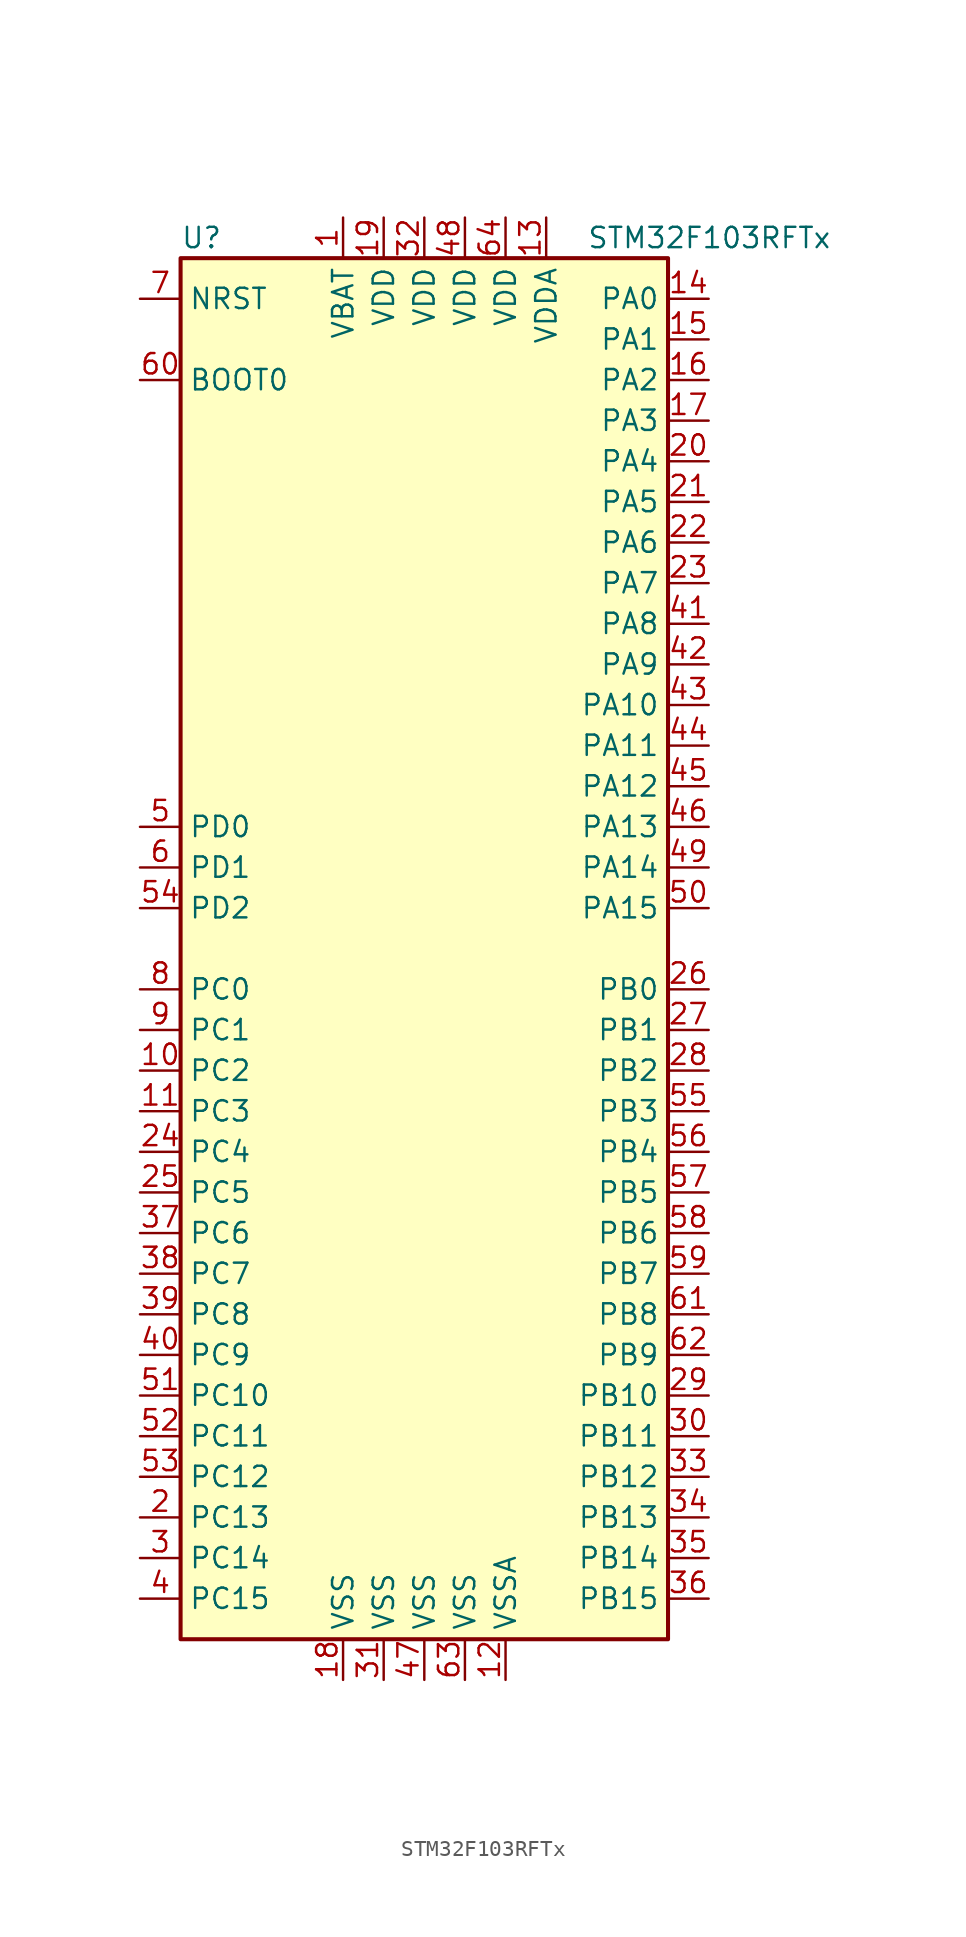
<source format=kicad_sym>
(kicad_symbol_lib
  (version 20201005)
  (generator kicad_symbol_editor)
  (symbol "STM32F103RFTx"
    (property "Reference" "U"
      (at -15.24 44.45 0)
      (effects (font (size 1.27 1.27)) (justify left)))
    (property "Value" "STM32F103RFTx"
      (at 10.16 44.45 0)
      (effects (font (size 1.27 1.27)) (justify left)))
    (symbol "STM32F103RFTx_0_1"
      (rectangle (start -15.24 -43.18) (end 15.24 43.18) (stroke (width 0.254)) (fill (type background))))
    (symbol "STM32F103RFTx_1_1"
      (pin power_in line (at -5.08 45.72 270) (length 2.54) (name "VBAT" (effects (font (size 1.27 1.27)))) (number "1" (effects (font (size 1.27 1.27)))))
      (pin bidirectional line (at -17.78 -7.62 0) (length 2.54) (name "PC2" (effects (font (size 1.27 1.27)))) (number "10" (effects (font (size 1.27 1.27)))))
      (pin bidirectional line (at -17.78 -10.16 0) (length 2.54) (name "PC3" (effects (font (size 1.27 1.27)))) (number "11" (effects (font (size 1.27 1.27)))))
      (pin power_in line (at 5.08 -45.72 90) (length 2.54) (name "VSSA" (effects (font (size 1.27 1.27)))) (number "12" (effects (font (size 1.27 1.27)))))
      (pin power_in line (at 7.62 45.72 270) (length 2.54) (name "VDDA" (effects (font (size 1.27 1.27)))) (number "13" (effects (font (size 1.27 1.27)))))
      (pin bidirectional line (at 17.78 40.64 180) (length 2.54) (name "PA0" (effects (font (size 1.27 1.27)))) (number "14" (effects (font (size 1.27 1.27)))))
      (pin bidirectional line (at 17.78 38.1 180) (length 2.54) (name "PA1" (effects (font (size 1.27 1.27)))) (number "15" (effects (font (size 1.27 1.27)))))
      (pin bidirectional line (at 17.78 35.56 180) (length 2.54) (name "PA2" (effects (font (size 1.27 1.27)))) (number "16" (effects (font (size 1.27 1.27)))))
      (pin bidirectional line (at 17.78 33.02 180) (length 2.54) (name "PA3" (effects (font (size 1.27 1.27)))) (number "17" (effects (font (size 1.27 1.27)))))
      (pin power_in line (at -5.08 -45.72 90) (length 2.54) (name "VSS" (effects (font (size 1.27 1.27)))) (number "18" (effects (font (size 1.27 1.27)))))
      (pin power_in line (at -2.54 45.72 270) (length 2.54) (name "VDD" (effects (font (size 1.27 1.27)))) (number "19" (effects (font (size 1.27 1.27)))))
      (pin bidirectional line (at -17.78 -35.56 0) (length 2.54) (name "PC13" (effects (font (size 1.27 1.27)))) (number "2" (effects (font (size 1.27 1.27)))))
      (pin bidirectional line (at 17.78 30.48 180) (length 2.54) (name "PA4" (effects (font (size 1.27 1.27)))) (number "20" (effects (font (size 1.27 1.27)))))
      (pin bidirectional line (at 17.78 27.94 180) (length 2.54) (name "PA5" (effects (font (size 1.27 1.27)))) (number "21" (effects (font (size 1.27 1.27)))))
      (pin bidirectional line (at 17.78 25.4 180) (length 2.54) (name "PA6" (effects (font (size 1.27 1.27)))) (number "22" (effects (font (size 1.27 1.27)))))
      (pin bidirectional line (at 17.78 22.86 180) (length 2.54) (name "PA7" (effects (font (size 1.27 1.27)))) (number "23" (effects (font (size 1.27 1.27)))))
      (pin bidirectional line (at -17.78 -12.7 0) (length 2.54) (name "PC4" (effects (font (size 1.27 1.27)))) (number "24" (effects (font (size 1.27 1.27)))))
      (pin bidirectional line (at -17.78 -15.24 0) (length 2.54) (name "PC5" (effects (font (size 1.27 1.27)))) (number "25" (effects (font (size 1.27 1.27)))))
      (pin bidirectional line (at 17.78 -2.54 180) (length 2.54) (name "PB0" (effects (font (size 1.27 1.27)))) (number "26" (effects (font (size 1.27 1.27)))))
      (pin bidirectional line (at 17.78 -5.08 180) (length 2.54) (name "PB1" (effects (font (size 1.27 1.27)))) (number "27" (effects (font (size 1.27 1.27)))))
      (pin bidirectional line (at 17.78 -7.62 180) (length 2.54) (name "PB2" (effects (font (size 1.27 1.27)))) (number "28" (effects (font (size 1.27 1.27)))))
      (pin bidirectional line (at 17.78 -27.94 180) (length 2.54) (name "PB10" (effects (font (size 1.27 1.27)))) (number "29" (effects (font (size 1.27 1.27)))))
      (pin bidirectional line (at -17.78 -38.1 0) (length 2.54) (name "PC14" (effects (font (size 1.27 1.27)))) (number "3" (effects (font (size 1.27 1.27)))))
      (pin bidirectional line (at 17.78 -30.48 180) (length 2.54) (name "PB11" (effects (font (size 1.27 1.27)))) (number "30" (effects (font (size 1.27 1.27)))))
      (pin power_in line (at -2.54 -45.72 90) (length 2.54) (name "VSS" (effects (font (size 1.27 1.27)))) (number "31" (effects (font (size 1.27 1.27)))))
      (pin power_in line (at 0 45.72 270) (length 2.54) (name "VDD" (effects (font (size 1.27 1.27)))) (number "32" (effects (font (size 1.27 1.27)))))
      (pin bidirectional line (at 17.78 -33.02 180) (length 2.54) (name "PB12" (effects (font (size 1.27 1.27)))) (number "33" (effects (font (size 1.27 1.27)))))
      (pin bidirectional line (at 17.78 -35.56 180) (length 2.54) (name "PB13" (effects (font (size 1.27 1.27)))) (number "34" (effects (font (size 1.27 1.27)))))
      (pin bidirectional line (at 17.78 -38.1 180) (length 2.54) (name "PB14" (effects (font (size 1.27 1.27)))) (number "35" (effects (font (size 1.27 1.27)))))
      (pin bidirectional line (at 17.78 -40.64 180) (length 2.54) (name "PB15" (effects (font (size 1.27 1.27)))) (number "36" (effects (font (size 1.27 1.27)))))
      (pin bidirectional line (at -17.78 -17.78 0) (length 2.54) (name "PC6" (effects (font (size 1.27 1.27)))) (number "37" (effects (font (size 1.27 1.27)))))
      (pin bidirectional line (at -17.78 -20.32 0) (length 2.54) (name "PC7" (effects (font (size 1.27 1.27)))) (number "38" (effects (font (size 1.27 1.27)))))
      (pin bidirectional line (at -17.78 -22.86 0) (length 2.54) (name "PC8" (effects (font (size 1.27 1.27)))) (number "39" (effects (font (size 1.27 1.27)))))
      (pin bidirectional line (at -17.78 -40.64 0) (length 2.54) (name "PC15" (effects (font (size 1.27 1.27)))) (number "4" (effects (font (size 1.27 1.27)))))
      (pin bidirectional line (at -17.78 -25.4 0) (length 2.54) (name "PC9" (effects (font (size 1.27 1.27)))) (number "40" (effects (font (size 1.27 1.27)))))
      (pin bidirectional line (at 17.78 20.32 180) (length 2.54) (name "PA8" (effects (font (size 1.27 1.27)))) (number "41" (effects (font (size 1.27 1.27)))))
      (pin bidirectional line (at 17.78 17.78 180) (length 2.54) (name "PA9" (effects (font (size 1.27 1.27)))) (number "42" (effects (font (size 1.27 1.27)))))
      (pin bidirectional line (at 17.78 15.24 180) (length 2.54) (name "PA10" (effects (font (size 1.27 1.27)))) (number "43" (effects (font (size 1.27 1.27)))))
      (pin bidirectional line (at 17.78 12.7 180) (length 2.54) (name "PA11" (effects (font (size 1.27 1.27)))) (number "44" (effects (font (size 1.27 1.27)))))
      (pin bidirectional line (at 17.78 10.16 180) (length 2.54) (name "PA12" (effects (font (size 1.27 1.27)))) (number "45" (effects (font (size 1.27 1.27)))))
      (pin bidirectional line (at 17.78 7.62 180) (length 2.54) (name "PA13" (effects (font (size 1.27 1.27)))) (number "46" (effects (font (size 1.27 1.27)))))
      (pin power_in line (at 0 -45.72 90) (length 2.54) (name "VSS" (effects (font (size 1.27 1.27)))) (number "47" (effects (font (size 1.27 1.27)))))
      (pin power_in line (at 2.54 45.72 270) (length 2.54) (name "VDD" (effects (font (size 1.27 1.27)))) (number "48" (effects (font (size 1.27 1.27)))))
      (pin bidirectional line (at 17.78 5.08 180) (length 2.54) (name "PA14" (effects (font (size 1.27 1.27)))) (number "49" (effects (font (size 1.27 1.27)))))
      (pin input line (at -17.78 7.62 0) (length 2.54) (name "PD0" (effects (font (size 1.27 1.27)))) (number "5" (effects (font (size 1.27 1.27)))))
      (pin bidirectional line (at 17.78 2.54 180) (length 2.54) (name "PA15" (effects (font (size 1.27 1.27)))) (number "50" (effects (font (size 1.27 1.27)))))
      (pin bidirectional line (at -17.78 -27.94 0) (length 2.54) (name "PC10" (effects (font (size 1.27 1.27)))) (number "51" (effects (font (size 1.27 1.27)))))
      (pin bidirectional line (at -17.78 -30.48 0) (length 2.54) (name "PC11" (effects (font (size 1.27 1.27)))) (number "52" (effects (font (size 1.27 1.27)))))
      (pin bidirectional line (at -17.78 -33.02 0) (length 2.54) (name "PC12" (effects (font (size 1.27 1.27)))) (number "53" (effects (font (size 1.27 1.27)))))
      (pin bidirectional line (at -17.78 2.54 0) (length 2.54) (name "PD2" (effects (font (size 1.27 1.27)))) (number "54" (effects (font (size 1.27 1.27)))))
      (pin bidirectional line (at 17.78 -10.16 180) (length 2.54) (name "PB3" (effects (font (size 1.27 1.27)))) (number "55" (effects (font (size 1.27 1.27)))))
      (pin bidirectional line (at 17.78 -12.7 180) (length 2.54) (name "PB4" (effects (font (size 1.27 1.27)))) (number "56" (effects (font (size 1.27 1.27)))))
      (pin bidirectional line (at 17.78 -15.24 180) (length 2.54) (name "PB5" (effects (font (size 1.27 1.27)))) (number "57" (effects (font (size 1.27 1.27)))))
      (pin bidirectional line (at 17.78 -17.78 180) (length 2.54) (name "PB6" (effects (font (size 1.27 1.27)))) (number "58" (effects (font (size 1.27 1.27)))))
      (pin bidirectional line (at 17.78 -20.32 180) (length 2.54) (name "PB7" (effects (font (size 1.27 1.27)))) (number "59" (effects (font (size 1.27 1.27)))))
      (pin input line (at -17.78 5.08 0) (length 2.54) (name "PD1" (effects (font (size 1.27 1.27)))) (number "6" (effects (font (size 1.27 1.27)))))
      (pin input line (at -17.78 35.56 0) (length 2.54) (name "BOOT0" (effects (font (size 1.27 1.27)))) (number "60" (effects (font (size 1.27 1.27)))))
      (pin bidirectional line (at 17.78 -22.86 180) (length 2.54) (name "PB8" (effects (font (size 1.27 1.27)))) (number "61" (effects (font (size 1.27 1.27)))))
      (pin bidirectional line (at 17.78 -25.4 180) (length 2.54) (name "PB9" (effects (font (size 1.27 1.27)))) (number "62" (effects (font (size 1.27 1.27)))))
      (pin power_in line (at 2.54 -45.72 90) (length 2.54) (name "VSS" (effects (font (size 1.27 1.27)))) (number "63" (effects (font (size 1.27 1.27)))))
      (pin power_in line (at 5.08 45.72 270) (length 2.54) (name "VDD" (effects (font (size 1.27 1.27)))) (number "64" (effects (font (size 1.27 1.27)))))
      (pin input line (at -17.78 40.64 0) (length 2.54) (name "NRST" (effects (font (size 1.27 1.27)))) (number "7" (effects (font (size 1.27 1.27)))))
      (pin bidirectional line (at -17.78 -2.54 0) (length 2.54) (name "PC0" (effects (font (size 1.27 1.27)))) (number "8" (effects (font (size 1.27 1.27)))))
      (pin bidirectional line (at -17.78 -5.08 0) (length 2.54) (name "PC1" (effects (font (size 1.27 1.27)))) (number "9" (effects (font (size 1.27 1.27))))))))
</source>
